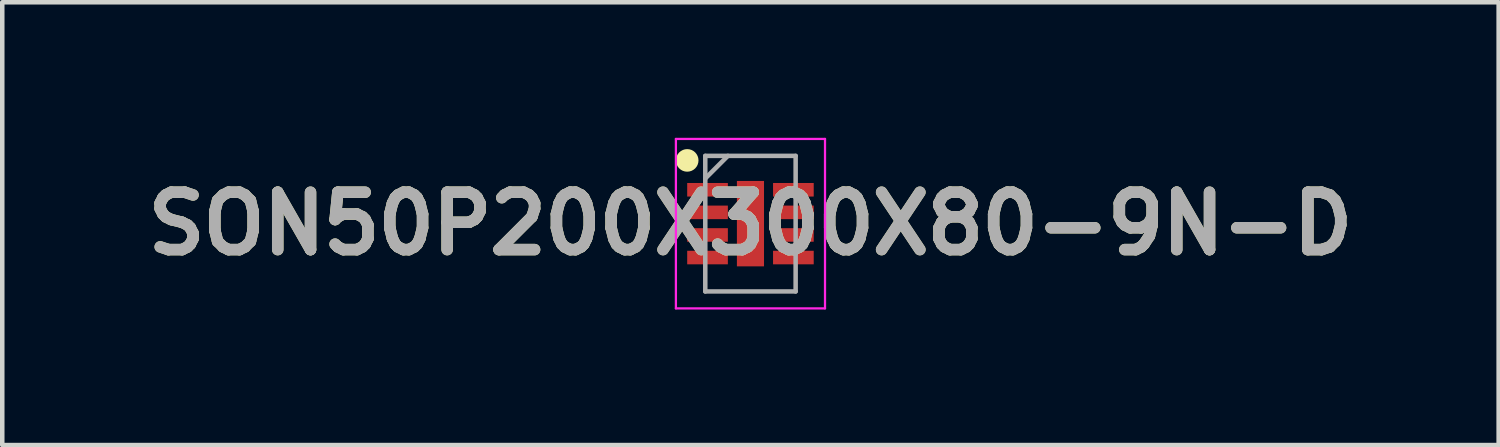
<source format=kicad_pcb>
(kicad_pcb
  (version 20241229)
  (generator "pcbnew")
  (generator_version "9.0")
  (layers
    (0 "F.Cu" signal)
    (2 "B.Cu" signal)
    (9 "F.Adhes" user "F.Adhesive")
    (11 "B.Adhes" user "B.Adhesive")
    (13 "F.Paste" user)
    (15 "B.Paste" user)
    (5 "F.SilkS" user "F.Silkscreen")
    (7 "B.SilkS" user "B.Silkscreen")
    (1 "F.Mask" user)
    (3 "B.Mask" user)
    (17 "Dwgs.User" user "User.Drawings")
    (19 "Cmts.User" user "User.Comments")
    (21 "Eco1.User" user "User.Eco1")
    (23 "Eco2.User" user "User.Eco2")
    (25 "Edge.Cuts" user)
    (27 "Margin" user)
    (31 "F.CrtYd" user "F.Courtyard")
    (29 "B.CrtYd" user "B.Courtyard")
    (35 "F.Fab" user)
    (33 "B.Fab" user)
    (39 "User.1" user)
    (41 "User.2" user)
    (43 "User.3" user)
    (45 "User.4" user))
  (footprint "SON50P200X300X80-9N-D"
    (layer "F.Cu")
    (at 13.559 1.9)
    (property "Reference" "SON50P200X300X80-9N-D" (at 0 0 0) (layer "F.SilkS") (effects (font (size 1.27 1.27) (thickness 0.254))))
    (attr smd)
    (fp_circle (center -1.4 -1.4) (end -1.4 -1.275) (stroke (width 0.25) (type solid)) (fill no) (layer "F.SilkS"))
    (fp_line (start -1.65 -1.875) (end 1.65 -1.875) (stroke (width 0.05) (type solid)) (layer "F.CrtYd"))
    (fp_line (start -1.65 1.875) (end -1.65 -1.875) (stroke (width 0.05) (type solid)) (layer "F.CrtYd"))
    (fp_line (start 1.65 -1.875) (end 1.65 1.875) (stroke (width 0.05) (type solid)) (layer "F.CrtYd"))
    (fp_line (start 1.65 1.875) (end -1.65 1.875) (stroke (width 0.05) (type solid)) (layer "F.CrtYd"))
    (fp_line (start -1 -1.5) (end 1 -1.5) (stroke (width 0.1) (type solid)) (layer "F.Fab"))
    (fp_line (start -1 -1) (end -0.5 -1.5) (stroke (width 0.1) (type solid)) (layer "F.Fab"))
    (fp_line (start -1 1.5) (end -1 -1.5) (stroke (width 0.1) (type solid)) (layer "F.Fab"))
    (fp_line (start 1 -1.5) (end 1 1.5) (stroke (width 0.1) (type solid)) (layer "F.Fab"))
    (fp_line (start 1 1.5) (end -1 1.5) (stroke (width 0.1) (type solid)) (layer "F.Fab"))
    (fp_text user "${REFERENCE}" (at 0 0 0) (layer "F.Fab") (effects (font (size 1.27 1.27) (thickness 0.254))))
    (pad "1" smd rect (at -0.95 -0.75 90) (size 0.3 0.9) (layers "F.Cu" "F.Mask" "F.Paste"))
    (pad "2" smd rect (at -0.95 -0.25 90) (size 0.3 0.9) (layers "F.Cu" "F.Mask" "F.Paste"))
    (pad "3" smd rect (at -0.95 0.25 90) (size 0.3 0.9) (layers "F.Cu" "F.Mask" "F.Paste"))
    (pad "4" smd rect (at -0.95 0.75 90) (size 0.3 0.9) (layers "F.Cu" "F.Mask" "F.Paste"))
    (pad "5" smd rect (at 0.95 0.75 90) (size 0.3 0.9) (layers "F.Cu" "F.Mask" "F.Paste"))
    (pad "6" smd rect (at 0.95 0.25 90) (size 0.3 0.9) (layers "F.Cu" "F.Mask" "F.Paste"))
    (pad "7" smd rect (at 0.95 -0.25 90) (size 0.3 0.9) (layers "F.Cu" "F.Mask" "F.Paste"))
    (pad "8" smd rect (at 0.95 -0.75 90) (size 0.3 0.9) (layers "F.Cu" "F.Mask" "F.Paste"))
    (pad "9" smd rect (at 0 0) (size 0.6 1.89) (layers "F.Cu" "F.Mask" "F.Paste")))
  (gr_rect
    (start -3 -3)
    (end 30.118 6.8)
    (stroke (width 0.1) (type default))
    (fill no)
    (layer "Edge.Cuts")))
</source>
